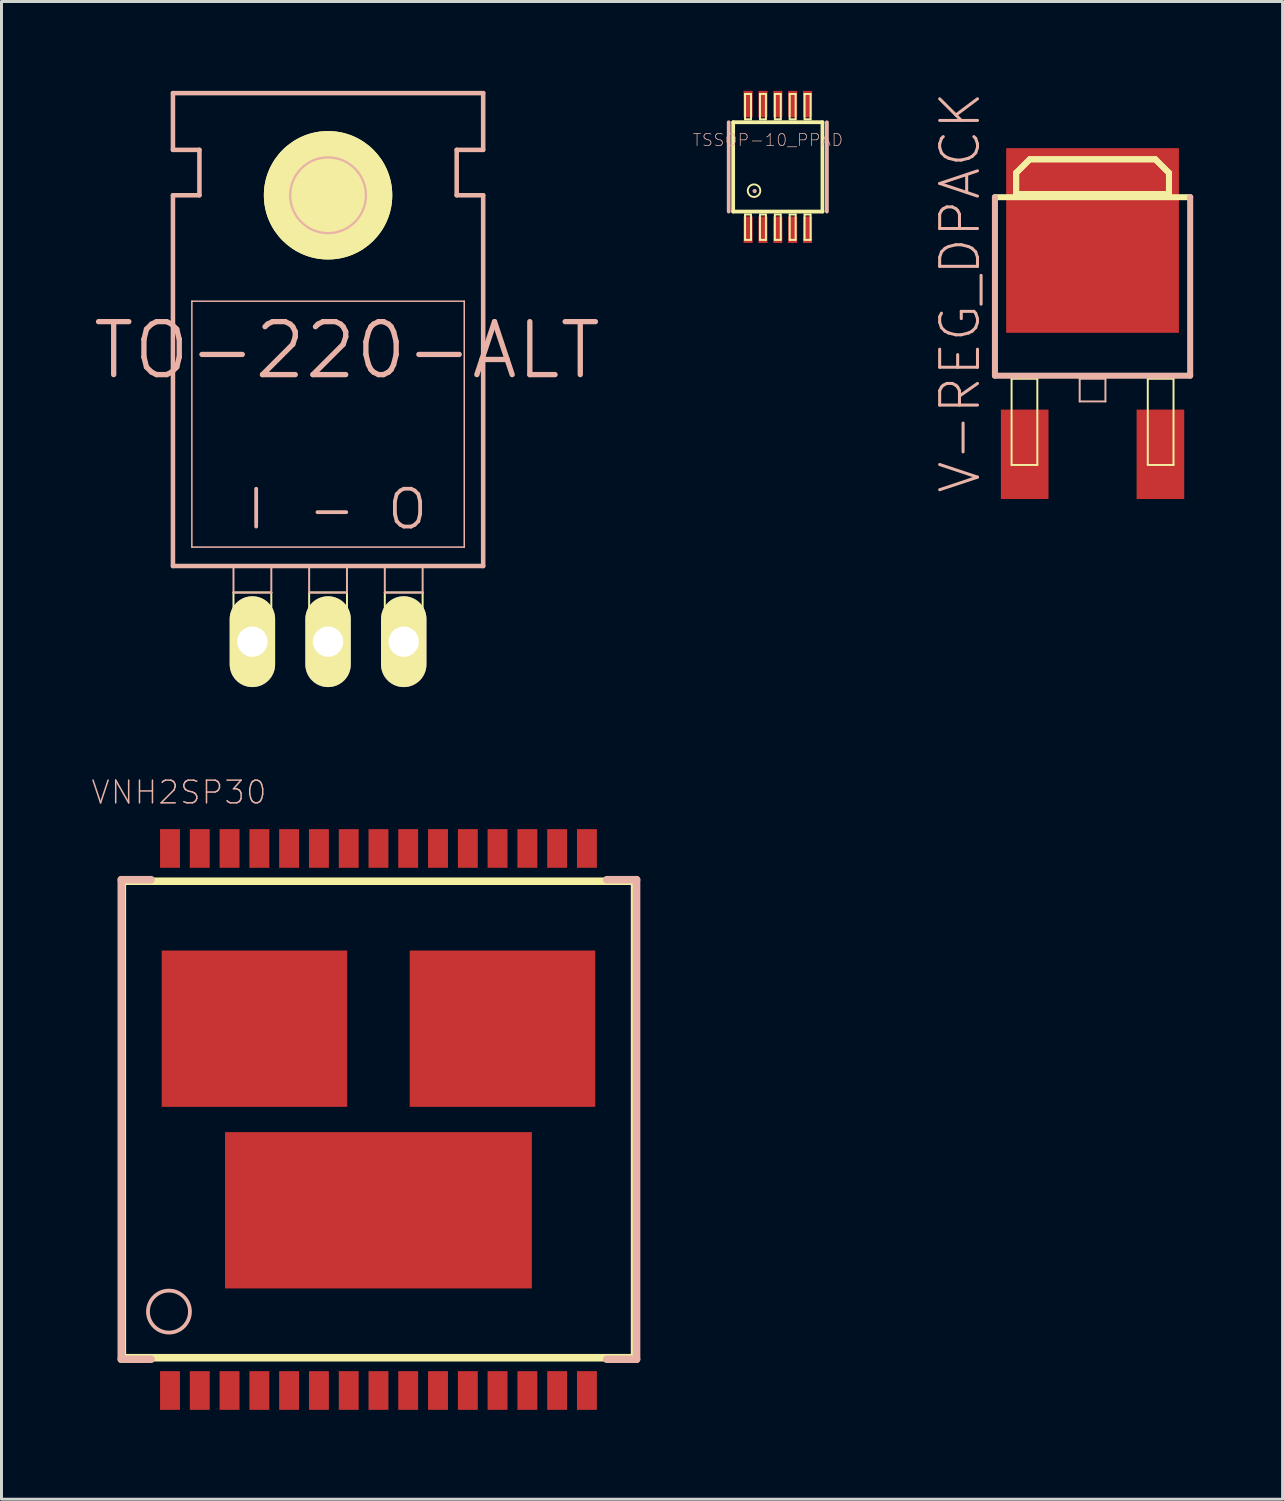
<source format=kicad_pcb>
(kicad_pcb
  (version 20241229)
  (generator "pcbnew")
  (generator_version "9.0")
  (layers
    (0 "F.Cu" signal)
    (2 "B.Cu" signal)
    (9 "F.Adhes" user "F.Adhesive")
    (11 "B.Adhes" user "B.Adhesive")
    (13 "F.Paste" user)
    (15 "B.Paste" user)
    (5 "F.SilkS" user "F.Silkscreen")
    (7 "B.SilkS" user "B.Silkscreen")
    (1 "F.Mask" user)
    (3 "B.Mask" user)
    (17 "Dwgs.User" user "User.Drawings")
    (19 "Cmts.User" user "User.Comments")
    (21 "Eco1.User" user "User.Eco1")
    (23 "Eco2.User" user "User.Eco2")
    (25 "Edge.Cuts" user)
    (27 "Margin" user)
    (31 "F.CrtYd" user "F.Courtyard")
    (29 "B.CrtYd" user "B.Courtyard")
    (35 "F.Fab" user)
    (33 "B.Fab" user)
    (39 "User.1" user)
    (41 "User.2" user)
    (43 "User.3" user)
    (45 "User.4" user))
  (footprint "VNH2SP30"
    (layer "F.Cu")
    (at 9.655 34.531)
    (property "Reference" "VNH2SP30" (at -6.698 -10.98 0) (layer "B.SilkS") (effects (font (size 0.762 0.762) (thickness 0.051))))
    (attr smd)
    (fp_line (start -8.598 -7.998) (end 8.598 -7.998) (stroke (width 0.254) (type solid)) (layer "F.SilkS"))
    (fp_line (start -8.598 7.998) (end -8.598 -7.998) (stroke (width 0.254) (type solid)) (layer "F.SilkS"))
    (fp_line (start -8.598 7.998) (end 8.598 7.998) (stroke (width 0.254) (type solid)) (layer "F.SilkS"))
    (fp_line (start 8.598 -7.998) (end 8.598 7.998) (stroke (width 0.254) (type solid)) (layer "F.SilkS"))
    (fp_line (start -8.633 -8.049) (end -7.633 -8.049) (stroke (width 0.254) (type solid)) (layer "B.SilkS"))
    (fp_line (start -8.633 8.049) (end -8.633 -8.049) (stroke (width 0.254) (type solid)) (layer "B.SilkS"))
    (fp_line (start -7.633 8.049) (end -8.633 8.049) (stroke (width 0.254) (type solid)) (layer "B.SilkS"))
    (fp_line (start 7.663 -8.049) (end 8.664 -8.049) (stroke (width 0.254) (type solid)) (layer "B.SilkS"))
    (fp_line (start 8.664 -8.049) (end 8.664 8.049) (stroke (width 0.254) (type solid)) (layer "B.SilkS"))
    (fp_line (start 8.664 8.049) (end 7.663 8.049) (stroke (width 0.254) (type solid)) (layer "B.SilkS"))
    (fp_circle (center -7.033 6.449) (end -7.531 6.947) (stroke (width 0.127) (type solid)) (fill no) (layer "B.SilkS"))
    (pad "1" smd rect (at -6.998 9.098) (size 0.668 1.298) (layers "F.Cu" "F.Mask" "F.Paste"))
    (pad "2" smd rect (at -5.999 9.098) (size 0.668 1.298) (layers "F.Cu" "F.Mask" "F.Paste"))
    (pad "3" smd rect (at -4.999 9.098) (size 0.668 1.298) (layers "F.Cu" "F.Mask" "F.Paste"))
    (pad "4" smd rect (at -3.998 9.098) (size 0.668 1.298) (layers "F.Cu" "F.Mask" "F.Paste"))
    (pad "5" smd rect (at -3 9.098) (size 0.668 1.298) (layers "F.Cu" "F.Mask" "F.Paste"))
    (pad "6" smd rect (at -1.999 9.098) (size 0.668 1.298) (layers "F.Cu" "F.Mask" "F.Paste"))
    (pad "7" smd rect (at -0.998 9.098) (size 0.668 1.298) (layers "F.Cu" "F.Mask" "F.Paste"))
    (pad "8" smd rect (at 0 9.098) (size 0.668 1.298) (layers "F.Cu" "F.Mask" "F.Paste"))
    (pad "9" smd rect (at 0.998 9.098) (size 0.668 1.298) (layers "F.Cu" "F.Mask" "F.Paste"))
    (pad "10" smd rect (at 1.999 9.098) (size 0.668 1.298) (layers "F.Cu" "F.Mask" "F.Paste"))
    (pad "11" smd rect (at 3 9.098) (size 0.668 1.298) (layers "F.Cu" "F.Mask" "F.Paste"))
    (pad "12" smd rect (at 3.998 9.098) (size 0.668 1.298) (layers "F.Cu" "F.Mask" "F.Paste"))
    (pad "13" smd rect (at 4.999 9.098) (size 0.668 1.298) (layers "F.Cu" "F.Mask" "F.Paste"))
    (pad "14" smd rect (at 5.999 9.098) (size 0.668 1.298) (layers "F.Cu" "F.Mask" "F.Paste"))
    (pad "15" smd rect (at 6.998 9.098) (size 0.668 1.298) (layers "F.Cu" "F.Mask" "F.Paste"))
    (pad "16" smd rect (at 6.998 -9.098) (size 0.668 1.298) (layers "F.Cu" "F.Mask" "F.Paste"))
    (pad "17" smd rect (at 5.999 -9.098) (size 0.668 1.298) (layers "F.Cu" "F.Mask" "F.Paste"))
    (pad "18" smd rect (at 4.999 -9.098) (size 0.668 1.298) (layers "F.Cu" "F.Mask" "F.Paste"))
    (pad "19" smd rect (at 3.998 -9.098) (size 0.668 1.298) (layers "F.Cu" "F.Mask" "F.Paste"))
    (pad "20" smd rect (at 3 -9.098) (size 0.668 1.298) (layers "F.Cu" "F.Mask" "F.Paste"))
    (pad "21" smd rect (at 1.999 -9.098) (size 0.668 1.298) (layers "F.Cu" "F.Mask" "F.Paste"))
    (pad "22" smd rect (at 0.998 -9.098) (size 0.668 1.298) (layers "F.Cu" "F.Mask" "F.Paste"))
    (pad "23" smd rect (at 0 -9.098) (size 0.668 1.298) (layers "F.Cu" "F.Mask" "F.Paste"))
    (pad "24" smd rect (at -0.998 -9.098) (size 0.668 1.298) (layers "F.Cu" "F.Mask" "F.Paste"))
    (pad "25" smd rect (at -1.999 -9.098) (size 0.668 1.298) (layers "F.Cu" "F.Mask" "F.Paste"))
    (pad "26" smd rect (at -3 -9.098) (size 0.668 1.298) (layers "F.Cu" "F.Mask" "F.Paste"))
    (pad "27" smd rect (at -3.998 -9.098) (size 0.668 1.298) (layers "F.Cu" "F.Mask" "F.Paste"))
    (pad "28" smd rect (at -4.999 -9.098) (size 0.668 1.298) (layers "F.Cu" "F.Mask" "F.Paste"))
    (pad "29" smd rect (at -5.999 -9.098) (size 0.668 1.298) (layers "F.Cu" "F.Mask" "F.Paste"))
    (pad "30" smd rect (at -6.998 -9.098) (size 0.668 1.298) (layers "F.Cu" "F.Mask" "F.Paste"))
    (pad "SLUG" smd rect (at -4.163 -3.048) (size 6.228 5.248) (layers "F.Cu" "F.Mask" "F.Paste"))
    (pad "SLUG" smd rect (at 0 3.048) (size 10.3 5.248) (layers "F.Cu" "F.Mask" "F.Paste"))
    (pad "SLUG" smd rect (at 4.163 -3.048) (size 6.228 5.248) (layers "F.Cu" "F.Mask" "F.Paste")))
  (footprint "TO-220-ALT"
    (layer "F.Cu")
    (at 7.963 14.681)
    (property "Reference" "TO-220-ALT" (at 0.635 -5.969 0) (layer "B.SilkS") (effects (font (size 1.778 1.778) (thickness 0.178))))
    (attr exclude_from_pos_files exclude_from_bom)
    (fp_line (start -3.175 2.159) (end -1.905 2.159) (stroke (width 0.066) (type solid)) (layer "F.SilkS"))
    (fp_line (start -3.175 3.81) (end -3.175 2.159) (stroke (width 0.066) (type solid)) (layer "F.SilkS"))
    (fp_line (start -3.175 3.81) (end -1.905 3.81) (stroke (width 0.066) (type solid)) (layer "F.SilkS"))
    (fp_line (start -1.905 3.81) (end -1.905 2.159) (stroke (width 0.066) (type solid)) (layer "F.SilkS"))
    (fp_line (start -1.651 -11.176) (end 1.651 -11.176) (stroke (width 0.127) (type solid)) (layer "F.SilkS"))
    (fp_line (start -0.635 2.159) (end 0.635 2.159) (stroke (width 0.066) (type solid)) (layer "F.SilkS"))
    (fp_line (start -0.635 3.81) (end -0.635 2.159) (stroke (width 0.066) (type solid)) (layer "F.SilkS"))
    (fp_line (start -0.635 3.81) (end 0.635 3.81) (stroke (width 0.066) (type solid)) (layer "F.SilkS"))
    (fp_line (start 0 -9.525) (end 0 -12.827) (stroke (width 0.127) (type solid)) (layer "F.SilkS"))
    (fp_line (start 0.635 3.81) (end 0.635 2.159) (stroke (width 0.066) (type solid)) (layer "F.SilkS"))
    (fp_line (start 1.905 2.159) (end 3.175 2.159) (stroke (width 0.066) (type solid)) (layer "F.SilkS"))
    (fp_line (start 1.905 3.81) (end 1.905 2.159) (stroke (width 0.066) (type solid)) (layer "F.SilkS"))
    (fp_line (start 1.905 3.81) (end 3.175 3.81) (stroke (width 0.066) (type solid)) (layer "F.SilkS"))
    (fp_line (start 3.175 3.81) (end 3.175 2.159) (stroke (width 0.066) (type solid)) (layer "F.SilkS"))
    (fp_circle (center 0 -11.176) (end -1.524 -12.7) (stroke (width 0) (type solid)) (fill yes) (layer "F.SilkS"))
    (fp_circle (center 0 -11.176) (end -1.524 -12.7) (stroke (width 0) (type solid)) (fill yes) (layer "F.SilkS"))
    (fp_circle (center 0 -11.176) (end -0.826 -12.002) (stroke (width 0.127) (type solid)) (fill no) (layer "F.SilkS"))
    (fp_line (start -5.207 -12.7) (end -5.207 -14.605) (stroke (width 0.152) (type solid)) (layer "B.SilkS"))
    (fp_line (start -5.207 -11.176) (end -4.318 -11.176) (stroke (width 0.152) (type solid)) (layer "B.SilkS"))
    (fp_line (start -5.207 1.27) (end -5.207 -11.176) (stroke (width 0.152) (type solid)) (layer "B.SilkS"))
    (fp_line (start -5.207 1.27) (end 5.207 1.27) (stroke (width 0.152) (type solid)) (layer "B.SilkS"))
    (fp_line (start -4.572 0.635) (end -4.572 -7.62) (stroke (width 0.051) (type solid)) (layer "B.SilkS"))
    (fp_line (start -4.572 0.635) (end 4.572 0.635) (stroke (width 0.051) (type solid)) (layer "B.SilkS"))
    (fp_line (start -4.318 -12.7) (end -5.207 -12.7) (stroke (width 0.152) (type solid)) (layer "B.SilkS"))
    (fp_line (start -4.318 -11.176) (end -4.318 -12.7) (stroke (width 0.152) (type solid)) (layer "B.SilkS"))
    (fp_line (start -3.175 1.27) (end -1.905 1.27) (stroke (width 0.066) (type solid)) (layer "B.SilkS"))
    (fp_line (start -3.175 2.159) (end -3.175 1.27) (stroke (width 0.066) (type solid)) (layer "B.SilkS"))
    (fp_line (start -3.175 2.159) (end -1.905 2.159) (stroke (width 0.066) (type solid)) (layer "B.SilkS"))
    (fp_line (start -1.905 2.159) (end -1.905 1.27) (stroke (width 0.066) (type solid)) (layer "B.SilkS"))
    (fp_line (start -0.635 1.27) (end 0.635 1.27) (stroke (width 0.066) (type solid)) (layer "B.SilkS"))
    (fp_line (start -0.635 2.159) (end -0.635 1.27) (stroke (width 0.066) (type solid)) (layer "B.SilkS"))
    (fp_line (start -0.635 2.159) (end 0.635 2.159) (stroke (width 0.066) (type solid)) (layer "B.SilkS"))
    (fp_line (start 0.635 2.159) (end 0.635 1.27) (stroke (width 0.066) (type solid)) (layer "B.SilkS"))
    (fp_line (start 1.905 1.27) (end 3.175 1.27) (stroke (width 0.066) (type solid)) (layer "B.SilkS"))
    (fp_line (start 1.905 2.159) (end 1.905 1.27) (stroke (width 0.066) (type solid)) (layer "B.SilkS"))
    (fp_line (start 1.905 2.159) (end 3.175 2.159) (stroke (width 0.066) (type solid)) (layer "B.SilkS"))
    (fp_line (start 3.175 2.159) (end 3.175 1.27) (stroke (width 0.066) (type solid)) (layer "B.SilkS"))
    (fp_line (start 4.318 -12.7) (end 5.207 -12.7) (stroke (width 0.152) (type solid)) (layer "B.SilkS"))
    (fp_line (start 4.318 -11.176) (end 4.318 -12.7) (stroke (width 0.152) (type solid)) (layer "B.SilkS"))
    (fp_line (start 4.572 -7.62) (end -4.572 -7.62) (stroke (width 0.051) (type solid)) (layer "B.SilkS"))
    (fp_line (start 4.572 -7.62) (end 4.572 0.635) (stroke (width 0.051) (type solid)) (layer "B.SilkS"))
    (fp_line (start 5.207 -14.605) (end -5.207 -14.605) (stroke (width 0.152) (type solid)) (layer "B.SilkS"))
    (fp_line (start 5.207 -12.7) (end 5.207 -14.605) (stroke (width 0.152) (type solid)) (layer "B.SilkS"))
    (fp_line (start 5.207 -11.176) (end 4.318 -11.176) (stroke (width 0.152) (type solid)) (layer "B.SilkS"))
    (fp_line (start 5.207 1.27) (end 5.207 -11.176) (stroke (width 0.152) (type solid)) (layer "B.SilkS"))
    (fp_circle (center 0 -11.176) (end -0.899 -12.075) (stroke (width 0.076) (type solid)) (fill no) (layer "B.SilkS"))
    (fp_text user "-" (at 0.127 -0.635 0) (layer "B.SilkS") (effects (font (size 1.27 1.27) (thickness 0.127))))
    (fp_text user "O" (at 2.667 -0.635 0) (layer "B.SilkS") (effects (font (size 1.27 1.27) (thickness 0.127))))
    (fp_text user "I" (at -2.413 -0.635 0) (layer "B.SilkS") (effects (font (size 1.27 1.27) (thickness 0.127))))
    (pad "GND" thru_hole oval (at 0 3.81 180) (size 1.524 3.048) (drill 1.016) (layers "*.Cu" "F.Mask" "F.SilkS" "F.Paste"))
    (pad "IN" thru_hole oval (at -2.54 3.81 180) (size 1.524 3.048) (drill 1.016) (layers "*.Cu" "F.Mask" "F.SilkS" "F.Paste"))
    (pad "OUT" thru_hole oval (at 2.54 3.81 180) (size 1.524 3.048) (drill 1.016) (layers "*.Cu" "F.Mask" "F.SilkS" "F.Paste")))
  (footprint "TSSOP-10_PPAD"
    (layer "F.Cu")
    (at 23.061 2.553)
    (property "Reference" "TSSOP-10_PPAD" (at -0.333 -0.902 0) (layer "B.SilkS") (effects (font (size 0.406 0.406) (thickness 0.025))))
    (attr smd)
    (fp_line (start -1.499 -1.499) (end -1.499 1.499) (stroke (width 0.127) (type solid)) (layer "F.SilkS"))
    (fp_line (start -1.499 1.499) (end 1.499 1.499) (stroke (width 0.127) (type solid)) (layer "F.SilkS"))
    (fp_line (start -1.1 -2.449) (end -0.899 -2.449) (stroke (width 0.066) (type solid)) (layer "F.SilkS"))
    (fp_line (start -1.1 -1.598) (end -1.1 -2.449) (stroke (width 0.066) (type solid)) (layer "F.SilkS"))
    (fp_line (start -1.1 -1.598) (end -0.899 -1.598) (stroke (width 0.066) (type solid)) (layer "F.SilkS"))
    (fp_line (start -1.1 1.598) (end -0.899 1.598) (stroke (width 0.066) (type solid)) (layer "F.SilkS"))
    (fp_line (start -1.1 2.449) (end -1.1 1.598) (stroke (width 0.066) (type solid)) (layer "F.SilkS"))
    (fp_line (start -1.1 2.449) (end -0.899 2.449) (stroke (width 0.066) (type solid)) (layer "F.SilkS"))
    (fp_line (start -0.899 -1.598) (end -0.899 -2.449) (stroke (width 0.066) (type solid)) (layer "F.SilkS"))
    (fp_line (start -0.899 2.449) (end -0.899 1.598) (stroke (width 0.066) (type solid)) (layer "F.SilkS"))
    (fp_line (start -0.599 -2.449) (end -0.399 -2.449) (stroke (width 0.066) (type solid)) (layer "F.SilkS"))
    (fp_line (start -0.599 -1.598) (end -0.599 -2.449) (stroke (width 0.066) (type solid)) (layer "F.SilkS"))
    (fp_line (start -0.599 -1.598) (end -0.399 -1.598) (stroke (width 0.066) (type solid)) (layer "F.SilkS"))
    (fp_line (start -0.599 1.598) (end -0.399 1.598) (stroke (width 0.066) (type solid)) (layer "F.SilkS"))
    (fp_line (start -0.599 2.449) (end -0.599 1.598) (stroke (width 0.066) (type solid)) (layer "F.SilkS"))
    (fp_line (start -0.599 2.449) (end -0.399 2.449) (stroke (width 0.066) (type solid)) (layer "F.SilkS"))
    (fp_line (start -0.399 -1.598) (end -0.399 -2.449) (stroke (width 0.066) (type solid)) (layer "F.SilkS"))
    (fp_line (start -0.399 2.449) (end -0.399 1.598) (stroke (width 0.066) (type solid)) (layer "F.SilkS"))
    (fp_line (start -0.099 -2.449) (end 0.099 -2.449) (stroke (width 0.066) (type solid)) (layer "F.SilkS"))
    (fp_line (start -0.099 -1.598) (end -0.099 -2.449) (stroke (width 0.066) (type solid)) (layer "F.SilkS"))
    (fp_line (start -0.099 -1.598) (end 0.099 -1.598) (stroke (width 0.066) (type solid)) (layer "F.SilkS"))
    (fp_line (start -0.099 1.598) (end 0.099 1.598) (stroke (width 0.066) (type solid)) (layer "F.SilkS"))
    (fp_line (start -0.099 2.449) (end -0.099 1.598) (stroke (width 0.066) (type solid)) (layer "F.SilkS"))
    (fp_line (start -0.099 2.449) (end 0.099 2.449) (stroke (width 0.066) (type solid)) (layer "F.SilkS"))
    (fp_line (start 0.099 -1.598) (end 0.099 -2.449) (stroke (width 0.066) (type solid)) (layer "F.SilkS"))
    (fp_line (start 0.099 2.449) (end 0.099 1.598) (stroke (width 0.066) (type solid)) (layer "F.SilkS"))
    (fp_line (start 0.399 -2.449) (end 0.599 -2.449) (stroke (width 0.066) (type solid)) (layer "F.SilkS"))
    (fp_line (start 0.399 -1.598) (end 0.399 -2.449) (stroke (width 0.066) (type solid)) (layer "F.SilkS"))
    (fp_line (start 0.399 -1.598) (end 0.599 -1.598) (stroke (width 0.066) (type solid)) (layer "F.SilkS"))
    (fp_line (start 0.399 1.598) (end 0.599 1.598) (stroke (width 0.066) (type solid)) (layer "F.SilkS"))
    (fp_line (start 0.399 2.449) (end 0.399 1.598) (stroke (width 0.066) (type solid)) (layer "F.SilkS"))
    (fp_line (start 0.399 2.449) (end 0.599 2.449) (stroke (width 0.066) (type solid)) (layer "F.SilkS"))
    (fp_line (start 0.599 -1.598) (end 0.599 -2.449) (stroke (width 0.066) (type solid)) (layer "F.SilkS"))
    (fp_line (start 0.599 2.449) (end 0.599 1.598) (stroke (width 0.066) (type solid)) (layer "F.SilkS"))
    (fp_line (start 0.899 -2.449) (end 1.1 -2.449) (stroke (width 0.066) (type solid)) (layer "F.SilkS"))
    (fp_line (start 0.899 -1.598) (end 0.899 -2.449) (stroke (width 0.066) (type solid)) (layer "F.SilkS"))
    (fp_line (start 0.899 -1.598) (end 1.1 -1.598) (stroke (width 0.066) (type solid)) (layer "F.SilkS"))
    (fp_line (start 0.899 1.598) (end 1.1 1.598) (stroke (width 0.066) (type solid)) (layer "F.SilkS"))
    (fp_line (start 0.899 2.449) (end 0.899 1.598) (stroke (width 0.066) (type solid)) (layer "F.SilkS"))
    (fp_line (start 0.899 2.449) (end 1.1 2.449) (stroke (width 0.066) (type solid)) (layer "F.SilkS"))
    (fp_line (start 1.1 -1.598) (end 1.1 -2.449) (stroke (width 0.066) (type solid)) (layer "F.SilkS"))
    (fp_line (start 1.1 2.449) (end 1.1 1.598) (stroke (width 0.066) (type solid)) (layer "F.SilkS"))
    (fp_line (start 1.499 -1.499) (end -1.499 -1.499) (stroke (width 0.127) (type solid)) (layer "F.SilkS"))
    (fp_line (start 1.499 1.499) (end 1.499 -1.499) (stroke (width 0.127) (type solid)) (layer "F.SilkS"))
    (fp_circle (center -0.798 0.798) (end -0.947 0.947) (stroke (width 0.064) (type solid)) (fill no) (layer "F.SilkS"))
    (fp_line (start -1.648 -1.499) (end -1.648 1.499) (stroke (width 0.127) (type solid)) (layer "B.SilkS"))
    (fp_line (start 1.648 -1.499) (end 1.648 1.499) (stroke (width 0.127) (type solid)) (layer "B.SilkS"))
    (fp_circle (center -0.777 0.81) (end -0.805 0.838) (stroke (width 0.064) (type solid)) (fill no) (layer "B.SilkS"))
    (pad "1" smd rect (at -0.998 2.108) (size 0.305 0.889) (layers "F.Cu" "F.Mask" "F.Paste"))
    (pad "2" smd rect (at -0.498 2.108) (size 0.305 0.889) (layers "F.Cu" "F.Mask" "F.Paste"))
    (pad "3" smd rect (at 0 2.108) (size 0.305 0.889) (layers "F.Cu" "F.Mask" "F.Paste"))
    (pad "4" smd rect (at 0.498 2.108) (size 0.305 0.889) (layers "F.Cu" "F.Mask" "F.Paste"))
    (pad "5" smd rect (at 0.998 2.108) (size 0.305 0.889) (layers "F.Cu" "F.Mask" "F.Paste"))
    (pad "6" smd rect (at 0.998 -2.108) (size 0.305 0.889) (layers "F.Cu" "F.Mask" "F.Paste"))
    (pad "7" smd rect (at 0.498 -2.108) (size 0.305 0.889) (layers "F.Cu" "F.Mask" "F.Paste"))
    (pad "8" smd rect (at 0 -2.108) (size 0.305 0.889) (layers "F.Cu" "F.Mask" "F.Paste"))
    (pad "9" smd rect (at -0.498 -2.108) (size 0.305 0.889) (layers "F.Cu" "F.Mask" "F.Paste"))
    (pad "10" smd rect (at -0.998 -2.108) (size 0.305 0.889) (layers "F.Cu" "F.Mask" "F.Paste")))
  (footprint "V-REG_DPACK"
    (layer "F.Cu")
    (at 33.627 7.403)
    (property "Reference" "V-REG_DPACK" (at -4.445 -0.635 90) (layer "B.SilkS") (effects (font (size 1.27 1.27) (thickness 0.102))))
    (attr smd)
    (fp_line (start -3.277 -3.833) (end 3.277 -3.833) (stroke (width 0.203) (type solid)) (layer "F.SilkS"))
    (fp_line (start -2.718 2.261) (end -1.854 2.261) (stroke (width 0.066) (type solid)) (layer "F.SilkS"))
    (fp_line (start -2.718 5.156) (end -2.718 2.261) (stroke (width 0.066) (type solid)) (layer "F.SilkS"))
    (fp_line (start -2.718 5.156) (end -1.854 5.156) (stroke (width 0.066) (type solid)) (layer "F.SilkS"))
    (fp_line (start -2.565 -4.648) (end -2.108 -5.105) (stroke (width 0.198) (type solid)) (layer "F.SilkS"))
    (fp_line (start -2.565 -4.648) (end -2.108 -5.105) (stroke (width 0.203) (type solid)) (layer "F.SilkS"))
    (fp_line (start -2.565 -3.937) (end -2.565 -4.648) (stroke (width 0.198) (type solid)) (layer "F.SilkS"))
    (fp_line (start -2.565 -3.937) (end -2.565 -4.648) (stroke (width 0.203) (type solid)) (layer "F.SilkS"))
    (fp_line (start -2.108 -5.105) (end 2.108 -5.105) (stroke (width 0.198) (type solid)) (layer "F.SilkS"))
    (fp_line (start -2.108 -5.105) (end 2.108 -5.105) (stroke (width 0.203) (type solid)) (layer "F.SilkS"))
    (fp_line (start -1.854 5.156) (end -1.854 2.261) (stroke (width 0.066) (type solid)) (layer "F.SilkS"))
    (fp_line (start 1.854 2.261) (end 2.718 2.261) (stroke (width 0.066) (type solid)) (layer "F.SilkS"))
    (fp_line (start 1.854 5.156) (end 1.854 2.261) (stroke (width 0.066) (type solid)) (layer "F.SilkS"))
    (fp_line (start 1.854 5.156) (end 2.718 5.156) (stroke (width 0.066) (type solid)) (layer "F.SilkS"))
    (fp_line (start 2.108 -5.105) (end 2.565 -4.648) (stroke (width 0.198) (type solid)) (layer "F.SilkS"))
    (fp_line (start 2.108 -5.105) (end 2.565 -4.648) (stroke (width 0.203) (type solid)) (layer "F.SilkS"))
    (fp_line (start 2.565 -4.648) (end 2.565 -3.937) (stroke (width 0.198) (type solid)) (layer "F.SilkS"))
    (fp_line (start 2.565 -4.648) (end 2.565 -3.937) (stroke (width 0.203) (type solid)) (layer "F.SilkS"))
    (fp_line (start 2.565 -3.937) (end -2.565 -3.937) (stroke (width 0.198) (type solid)) (layer "F.SilkS"))
    (fp_line (start 2.565 -3.937) (end -2.565 -3.937) (stroke (width 0.203) (type solid)) (layer "F.SilkS"))
    (fp_line (start 2.718 5.156) (end 2.718 2.261) (stroke (width 0.066) (type solid)) (layer "F.SilkS"))
    (fp_line (start -3.277 2.159) (end -3.277 -3.835) (stroke (width 0.203) (type solid)) (layer "B.SilkS"))
    (fp_line (start -0.432 2.261) (end 0.432 2.261) (stroke (width 0.066) (type solid)) (layer "B.SilkS"))
    (fp_line (start -0.432 3.023) (end -0.432 2.261) (stroke (width 0.066) (type solid)) (layer "B.SilkS"))
    (fp_line (start -0.432 3.023) (end 0.432 3.023) (stroke (width 0.066) (type solid)) (layer "B.SilkS"))
    (fp_line (start 0.432 3.023) (end 0.432 2.261) (stroke (width 0.066) (type solid)) (layer "B.SilkS"))
    (fp_line (start 3.277 -3.835) (end 3.277 2.159) (stroke (width 0.203) (type solid)) (layer "B.SilkS"))
    (fp_line (start 3.277 2.159) (end -3.277 2.159) (stroke (width 0.203) (type solid)) (layer "B.SilkS"))
    (pad "1" smd rect (at -2.278 4.798) (size 1.598 3) (layers "F.Cu" "F.Mask" "F.Paste"))
    (pad "3" smd rect (at 2.278 4.798) (size 1.598 3) (layers "F.Cu" "F.Mask" "F.Paste"))
    (pad "4" smd rect (at 0 -2.38) (size 5.799 6.198) (layers "F.Cu" "F.Mask" "F.Paste")))
  (gr_rect
    (start -3 -3)
    (end 40.006 47.278)
    (stroke (width 0.1) (type default))
    (fill no)
    (layer "Edge.Cuts")))
</source>
